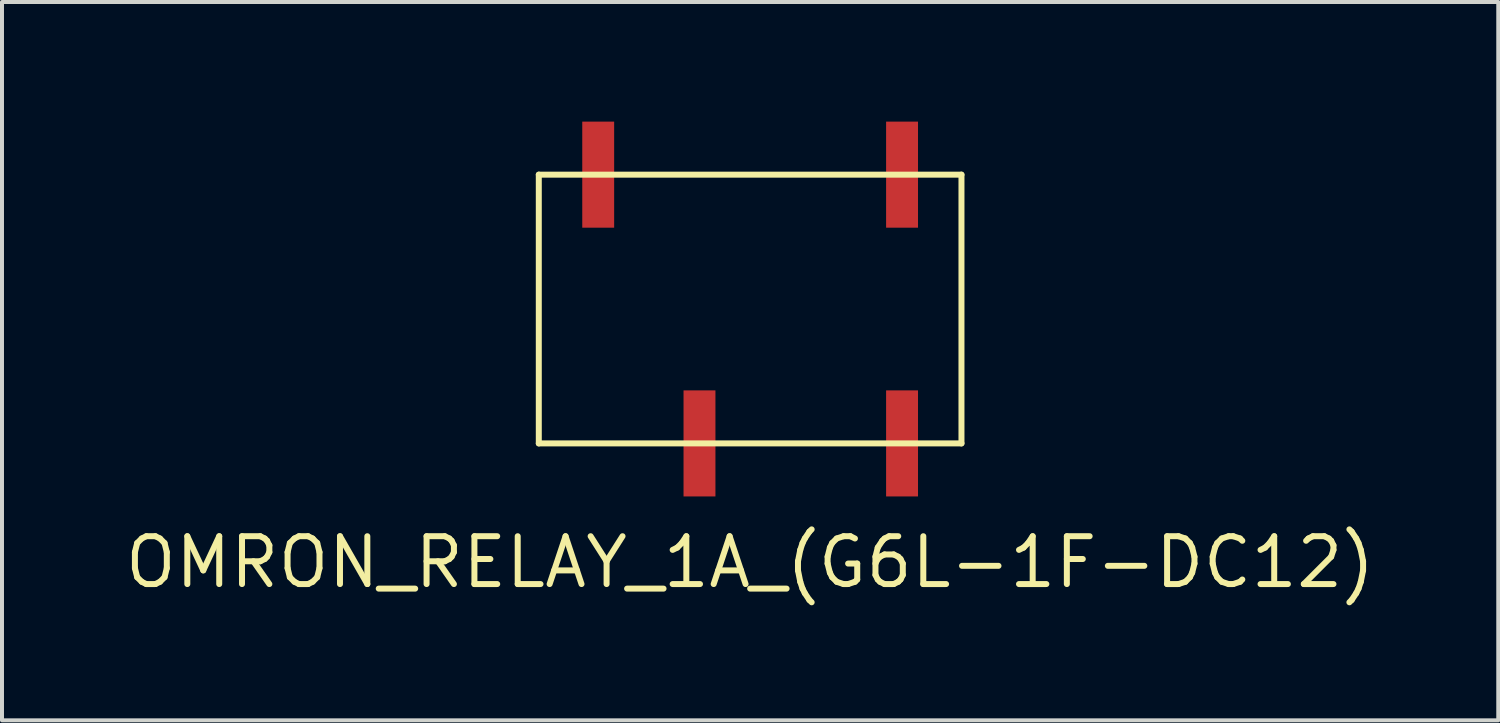
<source format=kicad_pcb>
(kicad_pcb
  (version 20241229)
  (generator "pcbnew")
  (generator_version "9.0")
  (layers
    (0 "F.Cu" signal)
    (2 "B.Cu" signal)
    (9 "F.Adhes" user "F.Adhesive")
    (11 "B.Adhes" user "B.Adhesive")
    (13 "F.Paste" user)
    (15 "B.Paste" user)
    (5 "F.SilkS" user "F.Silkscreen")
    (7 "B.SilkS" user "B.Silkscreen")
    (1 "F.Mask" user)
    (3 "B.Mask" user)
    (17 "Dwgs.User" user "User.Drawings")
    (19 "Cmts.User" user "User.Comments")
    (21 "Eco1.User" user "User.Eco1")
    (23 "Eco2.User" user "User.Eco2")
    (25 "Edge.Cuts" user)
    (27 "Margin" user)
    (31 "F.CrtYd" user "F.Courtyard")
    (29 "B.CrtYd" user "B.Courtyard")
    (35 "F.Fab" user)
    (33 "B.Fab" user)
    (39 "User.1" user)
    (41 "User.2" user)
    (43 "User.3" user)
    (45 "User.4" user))
  (footprint "OMRON_RELAY_1A_(G6L-1F-DC12)"
    (layer "F.Cu")
    (at 15.762 4.7)
    (property "Reference" "OMRON_RELAY_1A_(G6L-1F-DC12)" (at 0 6.35 180) (layer "F.SilkS") (effects (font (size 1.2 1.2) (thickness 0.15))))
    (attr through_hole)
    (fp_line (start -5.3 -3.37) (end -5.3 3.37) (stroke (width 0.15) (type solid)) (layer "F.SilkS"))
    (fp_line (start -5.3 3.37) (end 5.3 3.37) (stroke (width 0.15) (type solid)) (layer "F.SilkS"))
    (fp_line (start 5.3 -3.37) (end -5.3 -3.37) (stroke (width 0.15) (type solid)) (layer "F.SilkS"))
    (fp_line (start 5.3 3.37) (end 5.3 -3.37) (stroke (width 0.15) (type solid)) (layer "F.SilkS"))
    (pad "2" smd rect (at -1.27 3.37) (size 0.8 2.66) (layers "F.Cu" "F.Mask" "F.Paste"))
    (pad "4" smd rect (at 3.81 3.37) (size 0.8 2.66) (layers "F.Cu" "F.Mask" "F.Paste"))
    (pad "5" smd rect (at 3.81 -3.37) (size 0.8 2.66) (layers "F.Cu" "F.Mask" "F.Paste"))
    (pad "8" smd rect (at -3.81 -3.37) (size 0.8 2.66) (layers "F.Cu" "F.Mask" "F.Paste")))
  (gr_rect
    (start -3 -3)
    (end 34.524 15.015)
    (stroke (width 0.1) (type default))
    (fill no)
    (layer "Edge.Cuts")))
</source>
